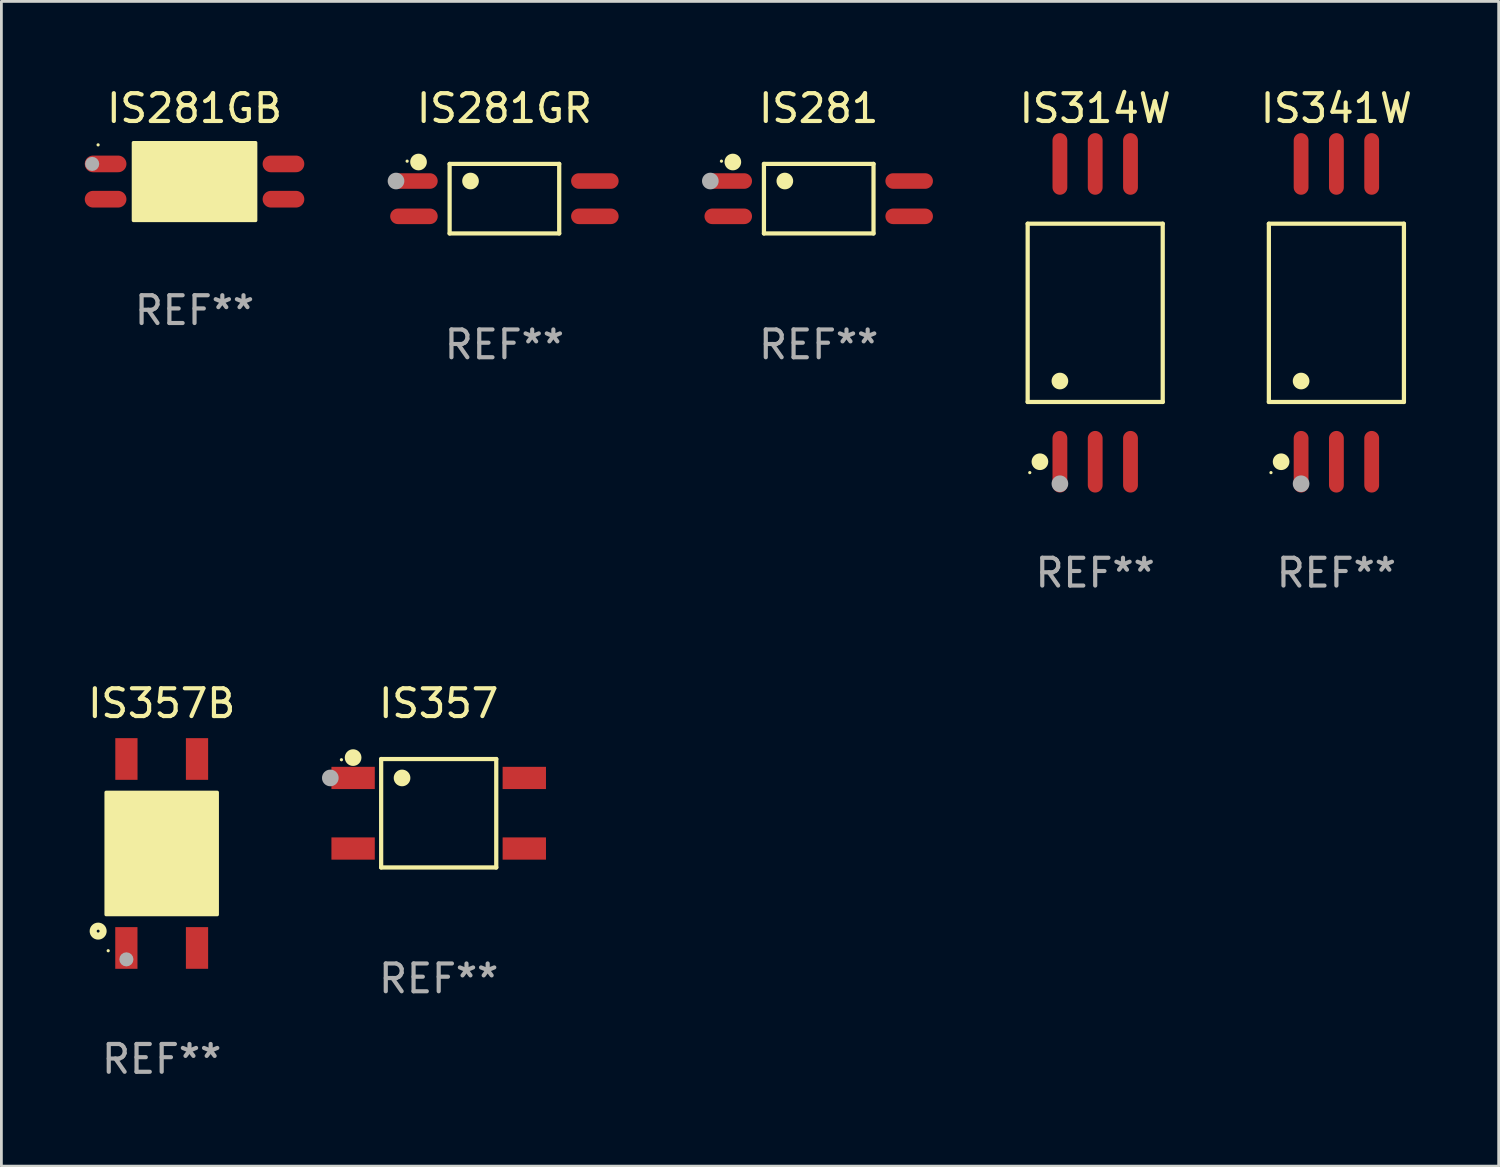
<source format=kicad_pcb>
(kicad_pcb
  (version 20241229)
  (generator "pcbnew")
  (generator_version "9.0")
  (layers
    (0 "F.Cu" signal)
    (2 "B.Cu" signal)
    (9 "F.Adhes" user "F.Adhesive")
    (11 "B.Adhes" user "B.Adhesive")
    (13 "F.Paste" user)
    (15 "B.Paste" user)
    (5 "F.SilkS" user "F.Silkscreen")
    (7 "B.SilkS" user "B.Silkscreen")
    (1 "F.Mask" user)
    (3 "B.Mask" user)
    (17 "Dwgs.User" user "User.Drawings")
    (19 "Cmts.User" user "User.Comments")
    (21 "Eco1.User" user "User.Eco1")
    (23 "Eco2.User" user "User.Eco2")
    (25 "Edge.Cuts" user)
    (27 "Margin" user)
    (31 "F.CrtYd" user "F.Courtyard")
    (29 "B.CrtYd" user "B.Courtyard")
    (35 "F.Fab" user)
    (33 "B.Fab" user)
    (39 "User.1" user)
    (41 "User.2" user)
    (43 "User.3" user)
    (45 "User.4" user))
  (footprint "IS281GB"
    (layer "F.Cu")
    (at 3.95 3.483)
    (property "Reference" "IS281GB" (at 0 -2.635 0) (layer "F.SilkS") (effects (font (size 1 1) (thickness 0.15))))
    (attr through_hole)
    (fp_arc (start -0.850241 -0.924663) (mid -0.847701 -0.924679) (end -0.845161 -0.924663) (stroke (width 0.4) (type solid)) (layer "F.SilkS"))
    (fp_circle (center -3.47 -1.32) (end -3.44 -1.32) (stroke (width 0.06) (type solid)) (fill no) (layer "F.SilkS"))
    (fp_poly (pts (xy -2.2 -1.4) (xy 2.2 -1.4) (xy 2.2 1.4) (xy -2.2 1.4)) (stroke (width 0.12) (type solid)) (fill yes) (layer "F.SilkS"))
    (fp_circle (center -3.683 -0.635) (end -3.556 -0.635) (stroke (width 0.254) (type solid)) (fill no) (layer "F.Fab"))
    (fp_text user "REF**" (at 0 4.635 0) (layer "F.Fab") (effects (font (size 1 1) (thickness 0.15))))
    (pad "1" smd oval (at -3.2 -0.635 90) (size 0.6 1.5) (layers "F.Cu" "F.Mask" "F.Paste"))
    (pad "2" smd oval (at -3.2 0.635 90) (size 0.6 1.5) (layers "F.Cu" "F.Mask" "F.Paste"))
    (pad "3" smd oval (at 3.2 0.635 90) (size 0.6 1.5) (layers "F.Cu" "F.Mask" "F.Paste"))
    (pad "4" smd oval (at 3.2 -0.635 90) (size 0.6 1.5) (layers "F.Cu" "F.Mask" "F.Paste")))
  (footprint "IS314W"
    (layer "F.Cu")
    (at 36.359 8.207)
    (property "Reference" "IS314W" (at 0 -7.358 0) (layer "F.SilkS") (effects (font (size 1 1) (thickness 0.15))))
    (attr through_hole)
    (fp_line (start -2.43 -3.207) (end 2.43 -3.207) (stroke (width 0.152) (type solid)) (layer "F.SilkS"))
    (fp_line (start -2.43 3.207) (end -2.43 -3.207) (stroke (width 0.152) (type solid)) (layer "F.SilkS"))
    (fp_line (start 2.43 -3.207) (end 2.43 3.207) (stroke (width 0.152) (type solid)) (layer "F.SilkS"))
    (fp_line (start 2.43 3.207) (end -2.43 3.207) (stroke (width 0.152) (type solid)) (layer "F.SilkS"))
    (fp_circle (center -2.354 5.75) (end -2.324 5.75) (stroke (width 0.06) (type solid)) (fill no) (layer "F.SilkS"))
    (fp_circle (center -1.989 5.358) (end -1.839 5.358) (stroke (width 0.3) (type solid)) (fill no) (layer "F.SilkS"))
    (fp_circle (center -1.27 2.454) (end -1.12 2.454) (stroke (width 0.3) (type solid)) (fill no) (layer "F.SilkS"))
    (fp_circle (center -1.27 6.15) (end -1.12 6.15) (stroke (width 0.3) (type solid)) (fill no) (layer "F.Fab"))
    (fp_text user "REF**" (at 0 9.358 0) (layer "F.Fab") (effects (font (size 1 1) (thickness 0.15))))
    (pad "1" smd oval (at -1.27 5.358) (size 0.533 2.217) (layers "F.Cu" "F.Mask" "F.Paste"))
    (pad "2" smd oval (at 0 5.358) (size 0.533 2.217) (layers "F.Cu" "F.Mask" "F.Paste"))
    (pad "3" smd oval (at 1.27 5.358) (size 0.533 2.217) (layers "F.Cu" "F.Mask" "F.Paste"))
    (pad "4" smd oval (at 1.27 -5.358) (size 0.533 2.217) (layers "F.Cu" "F.Mask" "F.Paste"))
    (pad "5" smd oval (at 0 -5.358) (size 0.533 2.217) (layers "F.Cu" "F.Mask" "F.Paste"))
    (pad "6" smd oval (at -1.27 -5.358) (size 0.533 2.217) (layers "F.Cu" "F.Mask" "F.Paste")))
  (footprint "IS341W"
    (layer "F.Cu")
    (at 45.038 8.207)
    (property "Reference" "IS341W" (at 0 -7.358 0) (layer "F.SilkS") (effects (font (size 1 1) (thickness 0.15))))
    (attr through_hole)
    (fp_line (start -2.43 -3.207) (end 2.43 -3.207) (stroke (width 0.152) (type solid)) (layer "F.SilkS"))
    (fp_line (start -2.43 3.207) (end -2.43 -3.207) (stroke (width 0.152) (type solid)) (layer "F.SilkS"))
    (fp_line (start 2.43 -3.207) (end 2.43 3.207) (stroke (width 0.152) (type solid)) (layer "F.SilkS"))
    (fp_line (start 2.43 3.207) (end -2.43 3.207) (stroke (width 0.152) (type solid)) (layer "F.SilkS"))
    (fp_circle (center -2.354 5.75) (end -2.324 5.75) (stroke (width 0.06) (type solid)) (fill no) (layer "F.SilkS"))
    (fp_circle (center -1.989 5.358) (end -1.839 5.358) (stroke (width 0.3) (type solid)) (fill no) (layer "F.SilkS"))
    (fp_circle (center -1.27 2.454) (end -1.12 2.454) (stroke (width 0.3) (type solid)) (fill no) (layer "F.SilkS"))
    (fp_circle (center -1.27 6.15) (end -1.12 6.15) (stroke (width 0.3) (type solid)) (fill no) (layer "F.Fab"))
    (fp_text user "REF**" (at 0 9.358 0) (layer "F.Fab") (effects (font (size 1 1) (thickness 0.15))))
    (pad "1" smd oval (at -1.27 5.358) (size 0.533 2.217) (layers "F.Cu" "F.Mask" "F.Paste"))
    (pad "2" smd oval (at 0 5.358) (size 0.533 2.217) (layers "F.Cu" "F.Mask" "F.Paste"))
    (pad "3" smd oval (at 1.27 5.358) (size 0.533 2.217) (layers "F.Cu" "F.Mask" "F.Paste"))
    (pad "4" smd oval (at 1.27 -5.358) (size 0.533 2.217) (layers "F.Cu" "F.Mask" "F.Paste"))
    (pad "5" smd oval (at 0 -5.358) (size 0.533 2.217) (layers "F.Cu" "F.Mask" "F.Paste"))
    (pad "6" smd oval (at -1.27 -5.358) (size 0.533 2.217) (layers "F.Cu" "F.Mask" "F.Paste")))
  (footprint "IS357B"
    (layer "F.Cu")
    (at 2.768 27.661)
    (property "Reference" "IS357B" (at 0 -5.4 0) (layer "F.SilkS") (effects (font (size 1 1) (thickness 0.15))))
    (attr through_hole)
    (fp_circle (center -2.286 2.794) (end -2.107 2.794) (stroke (width 0.254) (type solid)) (fill no) (layer "F.SilkS"))
    (fp_circle (center -1.925 3.5) (end -1.895 3.5) (stroke (width 0.06) (type solid)) (fill no) (layer "F.SilkS"))
    (fp_circle (center -1.017 1.27) (end -0.636 1.27) (stroke (width 0.254) (type solid)) (fill no) (layer "F.SilkS"))
    (fp_poly (pts (xy -2 -2.2) (xy 2 -2.2) (xy 2 2.2) (xy -2 2.2)) (stroke (width 0.12) (type solid)) (fill yes) (layer "F.SilkS"))
    (fp_circle (center -1.27 3.81) (end -1.143 3.81) (stroke (width 0.254) (type solid)) (fill no) (layer "F.Fab"))
    (fp_text user "REF**" (at 0 7.4 0) (layer "F.Fab") (effects (font (size 1 1) (thickness 0.15))))
    (pad "1" smd rect (at -1.271 3.4 90) (size 1.5 0.8) (layers "F.Cu" "F.Mask" "F.Paste"))
    (pad "2" smd rect (at 1.271 3.4 90) (size 1.5 0.8) (layers "F.Cu" "F.Mask" "F.Paste"))
    (pad "3" smd rect (at 1.271 -3.4 90) (size 1.5 0.8) (layers "F.Cu" "F.Mask" "F.Paste"))
    (pad "4" smd rect (at -1.269 -3.4 90) (size 1.5 0.8) (layers "F.Cu" "F.Mask" "F.Paste")))
  (footprint "IS281GR"
    (layer "F.Cu")
    (at 15.1 4.099)
    (property "Reference" "IS281GR" (at 0 -3.251 0) (layer "F.SilkS") (effects (font (size 1 1) (thickness 0.15))))
    (attr through_hole)
    (fp_line (start -1.971 -1.251) (end 1.972 -1.251) (stroke (width 0.152) (type solid)) (layer "F.SilkS"))
    (fp_line (start -1.971 1.251) (end -1.971 -1.251) (stroke (width 0.152) (type solid)) (layer "F.SilkS"))
    (fp_line (start 1.972 -1.251) (end 1.972 1.251) (stroke (width 0.152) (type solid)) (layer "F.SilkS"))
    (fp_line (start 1.972 1.251) (end -1.971 1.251) (stroke (width 0.152) (type solid)) (layer "F.SilkS"))
    (fp_circle (center -3.5 -1.35) (end -3.47 -1.35) (stroke (width 0.06) (type solid)) (fill no) (layer "F.SilkS"))
    (fp_circle (center -3.09 -1.319) (end -2.94 -1.319) (stroke (width 0.3) (type solid)) (fill no) (layer "F.SilkS"))
    (fp_circle (center -1.219 -0.635) (end -1.069 -0.635) (stroke (width 0.3) (type solid)) (fill no) (layer "F.SilkS"))
    (fp_circle (center -3.9 -0.635) (end -3.75 -0.635) (stroke (width 0.3) (type solid)) (fill no) (layer "F.Fab"))
    (fp_text user "REF**" (at 0 5.251 0) (layer "F.Fab") (effects (font (size 1 1) (thickness 0.15))))
    (pad "1" smd oval (at -3.255 -0.635 270) (size 0.56 1.71) (layers "F.Cu" "F.Mask" "F.Paste"))
    (pad "2" smd oval (at -3.255 0.635 270) (size 0.56 1.71) (layers "F.Cu" "F.Mask" "F.Paste"))
    (pad "3" smd oval (at 3.255 0.635 270) (size 0.56 1.71) (layers "F.Cu" "F.Mask" "F.Paste"))
    (pad "4" smd oval (at 3.255 -0.635 270) (size 0.56 1.71) (layers "F.Cu" "F.Mask" "F.Paste")))
  (footprint "IS357"
    (layer "F.Cu")
    (at 12.736 26.213)
    (property "Reference" "IS357" (at 0 -3.951 0) (layer "F.SilkS") (effects (font (size 1 1) (thickness 0.15))))
    (attr through_hole)
    (fp_line (start -2.071 -1.951) (end 2.071 -1.951) (stroke (width 0.152) (type solid)) (layer "F.SilkS"))
    (fp_line (start -2.071 1.951) (end -2.071 -1.951) (stroke (width 0.152) (type solid)) (layer "F.SilkS"))
    (fp_line (start 2.071 -1.951) (end 2.071 1.951) (stroke (width 0.152) (type solid)) (layer "F.SilkS"))
    (fp_line (start 2.071 1.951) (end -2.071 1.951) (stroke (width 0.152) (type solid)) (layer "F.SilkS"))
    (fp_circle (center -3.5 -1.925) (end -3.47 -1.925) (stroke (width 0.06) (type solid)) (fill no) (layer "F.SilkS"))
    (fp_circle (center -3.08 -2.002) (end -2.93 -2.002) (stroke (width 0.3) (type solid)) (fill no) (layer "F.SilkS"))
    (fp_circle (center -1.319 -1.27) (end -1.169 -1.27) (stroke (width 0.3) (type solid)) (fill no) (layer "F.SilkS"))
    (fp_circle (center -3.9 -1.27) (end -3.75 -1.27) (stroke (width 0.3) (type solid)) (fill no) (layer "F.Fab"))
    (fp_text user "REF**" (at 0 5.951 0) (layer "F.Fab") (effects (font (size 1 1) (thickness 0.15))))
    (pad "1" smd rect (at -3.08 -1.27) (size 1.56 0.8) (layers "F.Cu" "F.Mask" "F.Paste"))
    (pad "2" smd rect (at -3.08 1.27) (size 1.56 0.8) (layers "F.Cu" "F.Mask" "F.Paste"))
    (pad "3" smd rect (at 3.08 1.27) (size 1.56 0.8) (layers "F.Cu" "F.Mask" "F.Paste"))
    (pad "4" smd rect (at 3.08 -1.27) (size 1.56 0.8) (layers "F.Cu" "F.Mask" "F.Paste")))
  (footprint "IS281"
    (layer "F.Cu")
    (at 26.41 4.099)
    (property "Reference" "IS281" (at 0 -3.251 0) (layer "F.SilkS") (effects (font (size 1 1) (thickness 0.15))))
    (attr through_hole)
    (fp_line (start -1.971 -1.251) (end 1.972 -1.251) (stroke (width 0.152) (type solid)) (layer "F.SilkS"))
    (fp_line (start -1.971 1.251) (end -1.971 -1.251) (stroke (width 0.152) (type solid)) (layer "F.SilkS"))
    (fp_line (start 1.972 -1.251) (end 1.972 1.251) (stroke (width 0.152) (type solid)) (layer "F.SilkS"))
    (fp_line (start 1.972 1.251) (end -1.971 1.251) (stroke (width 0.152) (type solid)) (layer "F.SilkS"))
    (fp_circle (center -3.5 -1.35) (end -3.47 -1.35) (stroke (width 0.06) (type solid)) (fill no) (layer "F.SilkS"))
    (fp_circle (center -3.09 -1.319) (end -2.94 -1.319) (stroke (width 0.3) (type solid)) (fill no) (layer "F.SilkS"))
    (fp_circle (center -1.219 -0.635) (end -1.069 -0.635) (stroke (width 0.3) (type solid)) (fill no) (layer "F.SilkS"))
    (fp_circle (center -3.9 -0.635) (end -3.75 -0.635) (stroke (width 0.3) (type solid)) (fill no) (layer "F.Fab"))
    (fp_text user "REF**" (at 0 5.251 0) (layer "F.Fab") (effects (font (size 1 1) (thickness 0.15))))
    (pad "1" smd oval (at -3.255 -0.635 270) (size 0.56 1.71) (layers "F.Cu" "F.Mask" "F.Paste"))
    (pad "2" smd oval (at -3.255 0.635 270) (size 0.56 1.71) (layers "F.Cu" "F.Mask" "F.Paste"))
    (pad "3" smd oval (at 3.255 0.635 270) (size 0.56 1.71) (layers "F.Cu" "F.Mask" "F.Paste"))
    (pad "4" smd oval (at 3.255 -0.635 270) (size 0.56 1.71) (layers "F.Cu" "F.Mask" "F.Paste")))
  (gr_rect
    (start -3 -3)
    (end 50.877 38.91)
    (stroke (width 0.1) (type default))
    (fill no)
    (layer "Edge.Cuts")))
</source>
